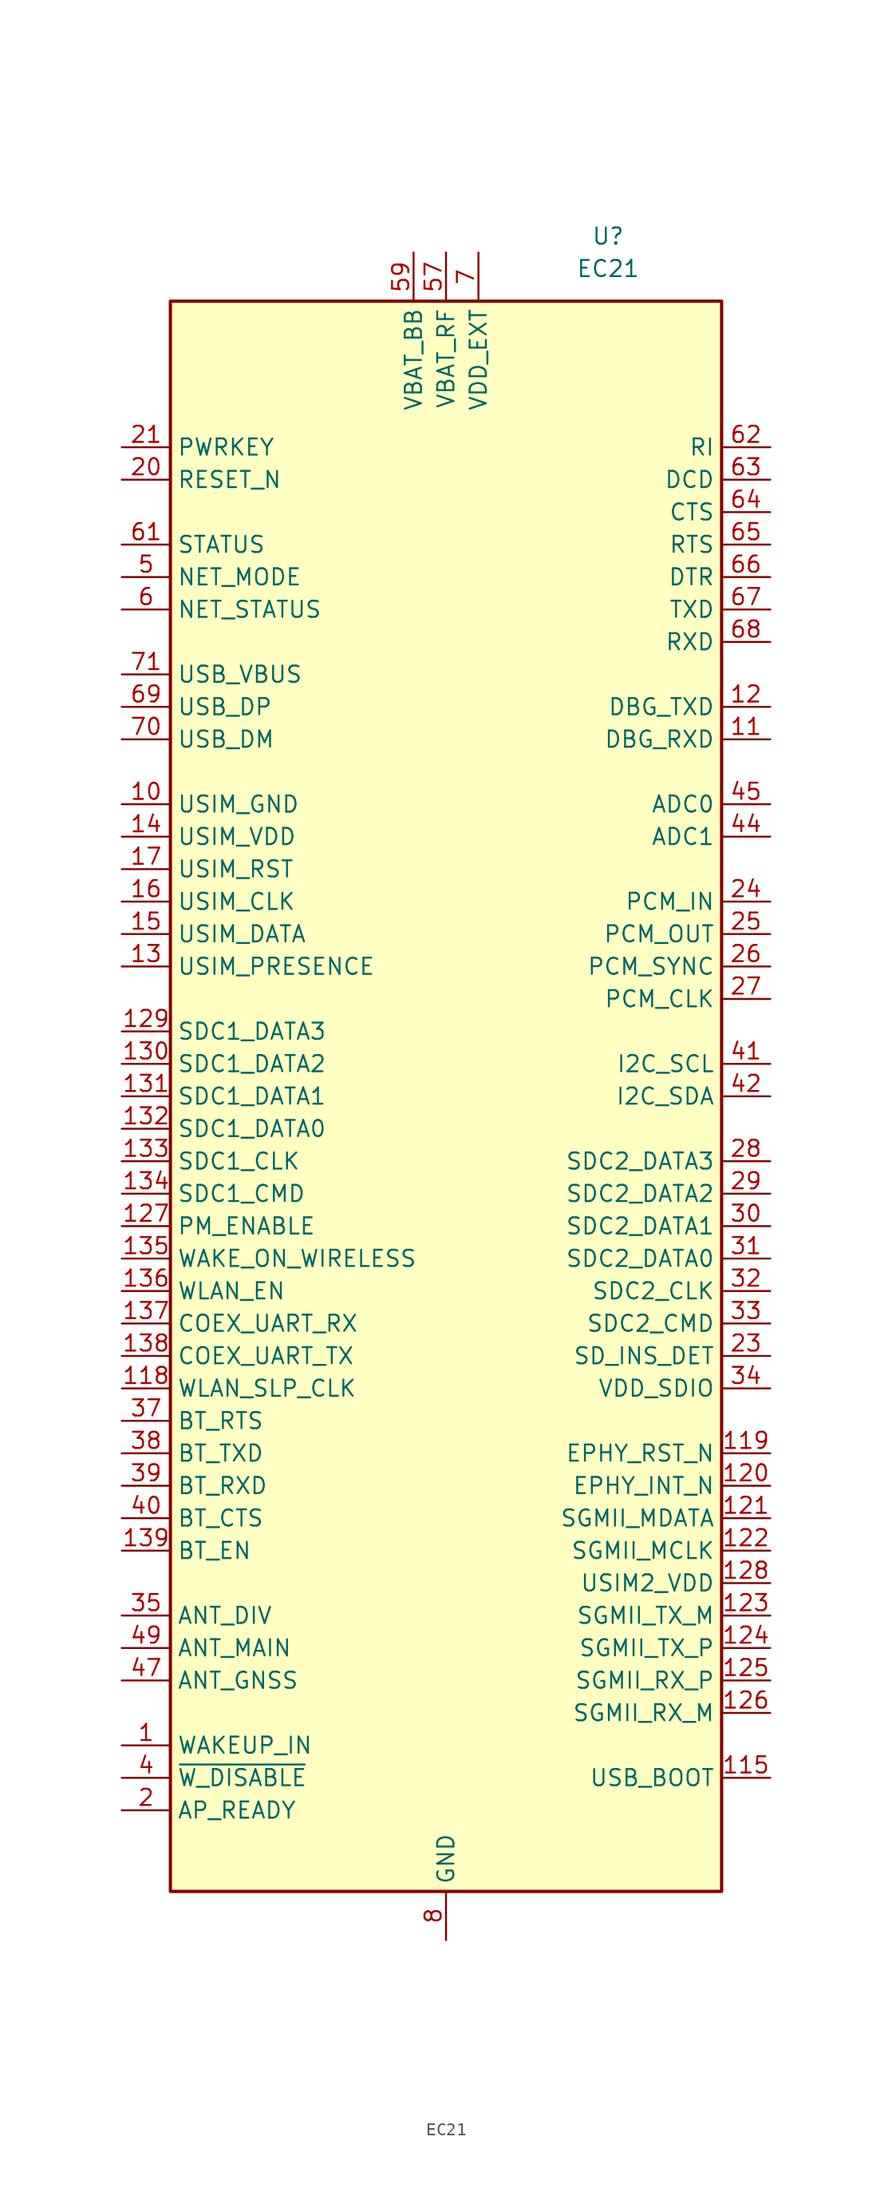
<source format=kicad_sym>
(kicad_symbol_lib
  (version 20220914)
  (generator kicad_symbol_editor)
  (symbol "EC21"
    (property "Reference" "U"
      (at 12.7 67.31 0)
      (effects (font (size 1.27 1.27))))
    (property "Value" "EC21"
      (at 12.7 64.77 0)
      (effects (font (size 1.27 1.27))))
    (symbol "EC21_1_1"
      (rectangle (start -21.59 62.23) (end 21.59 -62.23) (stroke (width 0.254) (type default)) (fill (type background)))
      (pin input line (at -25.4 -50.8 0) (length 3.81) (name "WAKEUP_IN" (effects (font (size 1.27 1.27)))) (number "1" (effects (font (size 1.27 1.27)))))
      (pin power_in line (at -25.4 22.86 0) (length 3.81) (name "USIM_GND" (effects (font (size 1.27 1.27)))) (number "10" (effects (font (size 1.27 1.27)))))
      (pin passive line (at 0 -66.04 90) (length 3.81) hide (name "GND" (effects (font (size 1.27 1.27)))) (number "100" (effects (font (size 1.27 1.27)))))
      (pin passive line (at 0 -66.04 90) (length 3.81) hide (name "GND" (effects (font (size 1.27 1.27)))) (number "101" (effects (font (size 1.27 1.27)))))
      (pin passive line (at 0 -66.04 90) (length 3.81) hide (name "GND" (effects (font (size 1.27 1.27)))) (number "102" (effects (font (size 1.27 1.27)))))
      (pin passive line (at 0 -66.04 90) (length 3.81) hide (name "GND" (effects (font (size 1.27 1.27)))) (number "103" (effects (font (size 1.27 1.27)))))
      (pin passive line (at 0 -66.04 90) (length 3.81) hide (name "GND" (effects (font (size 1.27 1.27)))) (number "104" (effects (font (size 1.27 1.27)))))
      (pin passive line (at 0 -66.04 90) (length 3.81) hide (name "GND" (effects (font (size 1.27 1.27)))) (number "105" (effects (font (size 1.27 1.27)))))
      (pin passive line (at 0 -66.04 90) (length 3.81) hide (name "GND" (effects (font (size 1.27 1.27)))) (number "106" (effects (font (size 1.27 1.27)))))
      (pin passive line (at 0 -66.04 90) (length 3.81) hide (name "GND" (effects (font (size 1.27 1.27)))) (number "107" (effects (font (size 1.27 1.27)))))
      (pin passive line (at 0 -66.04 90) (length 3.81) hide (name "GND" (effects (font (size 1.27 1.27)))) (number "108" (effects (font (size 1.27 1.27)))))
      (pin passive line (at 0 -66.04 90) (length 3.81) hide (name "GND" (effects (font (size 1.27 1.27)))) (number "109" (effects (font (size 1.27 1.27)))))
      (pin input line (at 25.4 27.94 180) (length 3.81) (name "DBG_RXD" (effects (font (size 1.27 1.27)))) (number "11" (effects (font (size 1.27 1.27)))))
      (pin passive line (at 0 -66.04 90) (length 3.81) hide (name "GND" (effects (font (size 1.27 1.27)))) (number "110" (effects (font (size 1.27 1.27)))))
      (pin passive line (at 0 -66.04 90) (length 3.81) hide (name "GND" (effects (font (size 1.27 1.27)))) (number "111" (effects (font (size 1.27 1.27)))))
      (pin passive line (at 0 -66.04 90) (length 3.81) hide (name "GND" (effects (font (size 1.27 1.27)))) (number "112" (effects (font (size 1.27 1.27)))))
      (pin no_connect line (at 21.59 -58.42 180) (length 3.81) hide (name "RESERVED" (effects (font (size 1.27 1.27)))) (number "113" (effects (font (size 1.27 1.27)))))
      (pin no_connect line (at 21.59 -58.42 180) (length 3.81) hide (name "RESERVED" (effects (font (size 1.27 1.27)))) (number "114" (effects (font (size 1.27 1.27)))))
      (pin input line (at 25.4 -53.34 180) (length 3.81) (name "USB_BOOT" (effects (font (size 1.27 1.27)))) (number "115" (effects (font (size 1.27 1.27)))))
      (pin no_connect line (at 21.59 -58.42 180) (length 3.81) hide (name "RESERVED" (effects (font (size 1.27 1.27)))) (number "116" (effects (font (size 1.27 1.27)))))
      (pin no_connect line (at 21.59 -58.42 180) (length 3.81) hide (name "RESERVED" (effects (font (size 1.27 1.27)))) (number "117" (effects (font (size 1.27 1.27)))))
      (pin output line (at -25.4 -22.86 0) (length 3.81) (name "WLAN_SLP_CLK" (effects (font (size 1.27 1.27)))) (number "118" (effects (font (size 1.27 1.27)))))
      (pin output line (at 25.4 -27.94 180) (length 3.81) (name "EPHY_RST_N" (effects (font (size 1.27 1.27)))) (number "119" (effects (font (size 1.27 1.27)))))
      (pin output line (at 25.4 30.48 180) (length 3.81) (name "DBG_TXD" (effects (font (size 1.27 1.27)))) (number "12" (effects (font (size 1.27 1.27)))))
      (pin input line (at 25.4 -30.48 180) (length 3.81) (name "EPHY_INT_N" (effects (font (size 1.27 1.27)))) (number "120" (effects (font (size 1.27 1.27)))))
      (pin bidirectional line (at 25.4 -33.02 180) (length 3.81) (name "SGMII_MDATA" (effects (font (size 1.27 1.27)))) (number "121" (effects (font (size 1.27 1.27)))))
      (pin output line (at 25.4 -35.56 180) (length 3.81) (name "SGMII_MCLK" (effects (font (size 1.27 1.27)))) (number "122" (effects (font (size 1.27 1.27)))))
      (pin output line (at 25.4 -40.64 180) (length 3.81) (name "SGMII_TX_M" (effects (font (size 1.27 1.27)))) (number "123" (effects (font (size 1.27 1.27)))))
      (pin output line (at 25.4 -43.18 180) (length 3.81) (name "SGMII_TX_P" (effects (font (size 1.27 1.27)))) (number "124" (effects (font (size 1.27 1.27)))))
      (pin input line (at 25.4 -45.72 180) (length 3.81) (name "SGMII_RX_P" (effects (font (size 1.27 1.27)))) (number "125" (effects (font (size 1.27 1.27)))))
      (pin input line (at 25.4 -48.26 180) (length 3.81) (name "SGMII_RX_M" (effects (font (size 1.27 1.27)))) (number "126" (effects (font (size 1.27 1.27)))))
      (pin output line (at -25.4 -10.16 0) (length 3.81) (name "PM_ENABLE" (effects (font (size 1.27 1.27)))) (number "127" (effects (font (size 1.27 1.27)))))
      (pin power_out line (at 25.4 -38.1 180) (length 3.81) (name "USIM2_VDD" (effects (font (size 1.27 1.27)))) (number "128" (effects (font (size 1.27 1.27)))))
      (pin bidirectional line (at -25.4 5.08 0) (length 3.81) (name "SDC1_DATA3" (effects (font (size 1.27 1.27)))) (number "129" (effects (font (size 1.27 1.27)))))
      (pin input line (at -25.4 10.16 0) (length 3.81) (name "USIM_PRESENCE" (effects (font (size 1.27 1.27)))) (number "13" (effects (font (size 1.27 1.27)))))
      (pin bidirectional line (at -25.4 2.54 0) (length 3.81) (name "SDC1_DATA2" (effects (font (size 1.27 1.27)))) (number "130" (effects (font (size 1.27 1.27)))))
      (pin bidirectional line (at -25.4 0 0) (length 3.81) (name "SDC1_DATA1" (effects (font (size 1.27 1.27)))) (number "131" (effects (font (size 1.27 1.27)))))
      (pin bidirectional line (at -25.4 -2.54 0) (length 3.81) (name "SDC1_DATA0" (effects (font (size 1.27 1.27)))) (number "132" (effects (font (size 1.27 1.27)))))
      (pin output line (at -25.4 -5.08 0) (length 3.81) (name "SDC1_CLK" (effects (font (size 1.27 1.27)))) (number "133" (effects (font (size 1.27 1.27)))))
      (pin output line (at -25.4 -7.62 0) (length 3.81) (name "SDC1_CMD" (effects (font (size 1.27 1.27)))) (number "134" (effects (font (size 1.27 1.27)))))
      (pin input line (at -25.4 -12.7 0) (length 3.81) (name "WAKE_ON_WIRELESS" (effects (font (size 1.27 1.27)))) (number "135" (effects (font (size 1.27 1.27)))))
      (pin output line (at -25.4 -15.24 0) (length 3.81) (name "WLAN_EN" (effects (font (size 1.27 1.27)))) (number "136" (effects (font (size 1.27 1.27)))))
      (pin input line (at -25.4 -17.78 0) (length 3.81) (name "COEX_UART_RX" (effects (font (size 1.27 1.27)))) (number "137" (effects (font (size 1.27 1.27)))))
      (pin output line (at -25.4 -20.32 0) (length 3.81) (name "COEX_UART_TX" (effects (font (size 1.27 1.27)))) (number "138" (effects (font (size 1.27 1.27)))))
      (pin output line (at -25.4 -35.56 0) (length 3.81) (name "BT_EN" (effects (font (size 1.27 1.27)))) (number "139" (effects (font (size 1.27 1.27)))))
      (pin power_out line (at -25.4 20.32 0) (length 3.81) (name "USIM_VDD" (effects (font (size 1.27 1.27)))) (number "14" (effects (font (size 1.27 1.27)))))
      (pin no_connect line (at 21.59 -58.42 180) (length 3.81) hide (name "RESERVED" (effects (font (size 1.27 1.27)))) (number "140" (effects (font (size 1.27 1.27)))))
      (pin no_connect line (at 21.59 -58.42 180) (length 3.81) hide (name "RESERVED" (effects (font (size 1.27 1.27)))) (number "141" (effects (font (size 1.27 1.27)))))
      (pin no_connect line (at 21.59 -58.42 180) (length 3.81) hide (name "RESERVED" (effects (font (size 1.27 1.27)))) (number "142" (effects (font (size 1.27 1.27)))))
      (pin no_connect line (at 21.59 -58.42 180) (length 3.81) hide (name "RESERVED" (effects (font (size 1.27 1.27)))) (number "143" (effects (font (size 1.27 1.27)))))
      (pin no_connect line (at 21.59 -58.42 180) (length 3.81) hide (name "RESERVED" (effects (font (size 1.27 1.27)))) (number "144" (effects (font (size 1.27 1.27)))))
      (pin bidirectional line (at -25.4 12.7 0) (length 3.81) (name "USIM_DATA" (effects (font (size 1.27 1.27)))) (number "15" (effects (font (size 1.27 1.27)))))
      (pin output line (at -25.4 15.24 0) (length 3.81) (name "USIM_CLK" (effects (font (size 1.27 1.27)))) (number "16" (effects (font (size 1.27 1.27)))))
      (pin output line (at -25.4 17.78 0) (length 3.81) (name "USIM_RST" (effects (font (size 1.27 1.27)))) (number "17" (effects (font (size 1.27 1.27)))))
      (pin no_connect line (at 21.59 -58.42 180) (length 3.81) hide (name "RESERVED" (effects (font (size 1.27 1.27)))) (number "18" (effects (font (size 1.27 1.27)))))
      (pin passive line (at 0 -66.04 90) (length 3.81) hide (name "GND" (effects (font (size 1.27 1.27)))) (number "19" (effects (font (size 1.27 1.27)))))
      (pin input line (at -25.4 -55.88 0) (length 3.81) (name "AP_READY" (effects (font (size 1.27 1.27)))) (number "2" (effects (font (size 1.27 1.27)))))
      (pin input line (at -25.4 48.26 0) (length 3.81) (name "RESET_N" (effects (font (size 1.27 1.27)))) (number "20" (effects (font (size 1.27 1.27)))))
      (pin input line (at -25.4 50.8 0) (length 3.81) (name "PWRKEY" (effects (font (size 1.27 1.27)))) (number "21" (effects (font (size 1.27 1.27)))))
      (pin passive line (at 0 -66.04 90) (length 3.81) hide (name "GND" (effects (font (size 1.27 1.27)))) (number "22" (effects (font (size 1.27 1.27)))))
      (pin input line (at 25.4 -20.32 180) (length 3.81) (name "SD_INS_DET" (effects (font (size 1.27 1.27)))) (number "23" (effects (font (size 1.27 1.27)))))
      (pin input line (at 25.4 15.24 180) (length 3.81) (name "PCM_IN" (effects (font (size 1.27 1.27)))) (number "24" (effects (font (size 1.27 1.27)))))
      (pin output line (at 25.4 12.7 180) (length 3.81) (name "PCM_OUT" (effects (font (size 1.27 1.27)))) (number "25" (effects (font (size 1.27 1.27)))))
      (pin bidirectional line (at 25.4 10.16 180) (length 3.81) (name "PCM_SYNC" (effects (font (size 1.27 1.27)))) (number "26" (effects (font (size 1.27 1.27)))))
      (pin bidirectional line (at 25.4 7.62 180) (length 3.81) (name "PCM_CLK" (effects (font (size 1.27 1.27)))) (number "27" (effects (font (size 1.27 1.27)))))
      (pin bidirectional line (at 25.4 -5.08 180) (length 3.81) (name "SDC2_DATA3" (effects (font (size 1.27 1.27)))) (number "28" (effects (font (size 1.27 1.27)))))
      (pin bidirectional line (at 25.4 -7.62 180) (length 3.81) (name "SDC2_DATA2" (effects (font (size 1.27 1.27)))) (number "29" (effects (font (size 1.27 1.27)))))
      (pin no_connect line (at 21.59 -58.42 180) (length 3.81) hide (name "RESERVED" (effects (font (size 1.27 1.27)))) (number "3" (effects (font (size 1.27 1.27)))))
      (pin bidirectional line (at 25.4 -10.16 180) (length 3.81) (name "SDC2_DATA1" (effects (font (size 1.27 1.27)))) (number "30" (effects (font (size 1.27 1.27)))))
      (pin bidirectional line (at 25.4 -12.7 180) (length 3.81) (name "SDC2_DATA0" (effects (font (size 1.27 1.27)))) (number "31" (effects (font (size 1.27 1.27)))))
      (pin output line (at 25.4 -15.24 180) (length 3.81) (name "SDC2_CLK" (effects (font (size 1.27 1.27)))) (number "32" (effects (font (size 1.27 1.27)))))
      (pin bidirectional line (at 25.4 -17.78 180) (length 3.81) (name "SDC2_CMD" (effects (font (size 1.27 1.27)))) (number "33" (effects (font (size 1.27 1.27)))))
      (pin power_out line (at 25.4 -22.86 180) (length 3.81) (name "VDD_SDIO" (effects (font (size 1.27 1.27)))) (number "34" (effects (font (size 1.27 1.27)))))
      (pin input line (at -25.4 -40.64 0) (length 3.81) (name "ANT_DIV" (effects (font (size 1.27 1.27)))) (number "35" (effects (font (size 1.27 1.27)))))
      (pin passive line (at 0 -66.04 90) (length 3.81) hide (name "GND" (effects (font (size 1.27 1.27)))) (number "36" (effects (font (size 1.27 1.27)))))
      (pin input line (at -25.4 -25.4 0) (length 3.81) (name "BT_RTS" (effects (font (size 1.27 1.27)))) (number "37" (effects (font (size 1.27 1.27)))))
      (pin output line (at -25.4 -27.94 0) (length 3.81) (name "BT_TXD" (effects (font (size 1.27 1.27)))) (number "38" (effects (font (size 1.27 1.27)))))
      (pin input line (at -25.4 -30.48 0) (length 3.81) (name "BT_RXD" (effects (font (size 1.27 1.27)))) (number "39" (effects (font (size 1.27 1.27)))))
      (pin input line (at -25.4 -53.34 0) (length 3.81) (name "~{W_DISABLE}" (effects (font (size 1.27 1.27)))) (number "4" (effects (font (size 1.27 1.27)))))
      (pin output line (at -25.4 -33.02 0) (length 3.81) (name "BT_CTS" (effects (font (size 1.27 1.27)))) (number "40" (effects (font (size 1.27 1.27)))))
      (pin open_collector line (at 25.4 2.54 180) (length 3.81) (name "I2C_SCL" (effects (font (size 1.27 1.27)))) (number "41" (effects (font (size 1.27 1.27)))))
      (pin open_collector line (at 25.4 0 180) (length 3.81) (name "I2C_SDA" (effects (font (size 1.27 1.27)))) (number "42" (effects (font (size 1.27 1.27)))))
      (pin no_connect line (at 21.59 -58.42 180) (length 3.81) hide (name "RESERVED" (effects (font (size 1.27 1.27)))) (number "43" (effects (font (size 1.27 1.27)))))
      (pin input line (at 25.4 20.32 180) (length 3.81) (name "ADC1" (effects (font (size 1.27 1.27)))) (number "44" (effects (font (size 1.27 1.27)))))
      (pin input line (at 25.4 22.86 180) (length 3.81) (name "ADC0" (effects (font (size 1.27 1.27)))) (number "45" (effects (font (size 1.27 1.27)))))
      (pin passive line (at 0 -66.04 90) (length 3.81) hide (name "GND" (effects (font (size 1.27 1.27)))) (number "46" (effects (font (size 1.27 1.27)))))
      (pin input line (at -25.4 -45.72 0) (length 3.81) (name "ANT_GNSS" (effects (font (size 1.27 1.27)))) (number "47" (effects (font (size 1.27 1.27)))))
      (pin passive line (at 0 -66.04 90) (length 3.81) hide (name "GND" (effects (font (size 1.27 1.27)))) (number "48" (effects (font (size 1.27 1.27)))))
      (pin bidirectional line (at -25.4 -43.18 0) (length 3.81) (name "ANT_MAIN" (effects (font (size 1.27 1.27)))) (number "49" (effects (font (size 1.27 1.27)))))
      (pin output line (at -25.4 40.64 0) (length 3.81) (name "NET_MODE" (effects (font (size 1.27 1.27)))) (number "5" (effects (font (size 1.27 1.27)))))
      (pin passive line (at 0 -66.04 90) (length 3.81) hide (name "GND" (effects (font (size 1.27 1.27)))) (number "50" (effects (font (size 1.27 1.27)))))
      (pin passive line (at 0 -66.04 90) (length 3.81) hide (name "GND" (effects (font (size 1.27 1.27)))) (number "51" (effects (font (size 1.27 1.27)))))
      (pin passive line (at 0 -66.04 90) (length 3.81) hide (name "GND" (effects (font (size 1.27 1.27)))) (number "52" (effects (font (size 1.27 1.27)))))
      (pin passive line (at 0 -66.04 90) (length 3.81) hide (name "GND" (effects (font (size 1.27 1.27)))) (number "53" (effects (font (size 1.27 1.27)))))
      (pin passive line (at 0 -66.04 90) (length 3.81) hide (name "GND" (effects (font (size 1.27 1.27)))) (number "54" (effects (font (size 1.27 1.27)))))
      (pin no_connect line (at 21.59 -58.42 180) (length 3.81) hide (name "RESERVED" (effects (font (size 1.27 1.27)))) (number "55" (effects (font (size 1.27 1.27)))))
      (pin passive line (at 0 -66.04 90) (length 3.81) hide (name "GND" (effects (font (size 1.27 1.27)))) (number "56" (effects (font (size 1.27 1.27)))))
      (pin power_in line (at 0 66.04 270) (length 3.81) (name "VBAT_RF" (effects (font (size 1.27 1.27)))) (number "57" (effects (font (size 1.27 1.27)))))
      (pin passive line (at 0 66.04 270) (length 3.81) hide (name "VBAT_RF" (effects (font (size 1.27 1.27)))) (number "58" (effects (font (size 1.27 1.27)))))
      (pin power_in line (at -2.54 66.04 270) (length 3.81) (name "VBAT_BB" (effects (font (size 1.27 1.27)))) (number "59" (effects (font (size 1.27 1.27)))))
      (pin output line (at -25.4 38.1 0) (length 3.81) (name "NET_STATUS" (effects (font (size 1.27 1.27)))) (number "6" (effects (font (size 1.27 1.27)))))
      (pin passive line (at -2.54 66.04 270) (length 3.81) hide (name "VBAT_BB" (effects (font (size 1.27 1.27)))) (number "60" (effects (font (size 1.27 1.27)))))
      (pin open_collector line (at -25.4 43.18 0) (length 3.81) (name "STATUS" (effects (font (size 1.27 1.27)))) (number "61" (effects (font (size 1.27 1.27)))))
      (pin output line (at 25.4 50.8 180) (length 3.81) (name "RI" (effects (font (size 1.27 1.27)))) (number "62" (effects (font (size 1.27 1.27)))))
      (pin output line (at 25.4 48.26 180) (length 3.81) (name "DCD" (effects (font (size 1.27 1.27)))) (number "63" (effects (font (size 1.27 1.27)))))
      (pin output line (at 25.4 45.72 180) (length 3.81) (name "CTS" (effects (font (size 1.27 1.27)))) (number "64" (effects (font (size 1.27 1.27)))))
      (pin input line (at 25.4 43.18 180) (length 3.81) (name "RTS" (effects (font (size 1.27 1.27)))) (number "65" (effects (font (size 1.27 1.27)))))
      (pin input line (at 25.4 40.64 180) (length 3.81) (name "DTR" (effects (font (size 1.27 1.27)))) (number "66" (effects (font (size 1.27 1.27)))))
      (pin output line (at 25.4 38.1 180) (length 3.81) (name "TXD" (effects (font (size 1.27 1.27)))) (number "67" (effects (font (size 1.27 1.27)))))
      (pin input line (at 25.4 35.56 180) (length 3.81) (name "RXD" (effects (font (size 1.27 1.27)))) (number "68" (effects (font (size 1.27 1.27)))))
      (pin bidirectional line (at -25.4 30.48 0) (length 3.81) (name "USB_DP" (effects (font (size 1.27 1.27)))) (number "69" (effects (font (size 1.27 1.27)))))
      (pin power_out line (at 2.54 66.04 270) (length 3.81) (name "VDD_EXT" (effects (font (size 1.27 1.27)))) (number "7" (effects (font (size 1.27 1.27)))))
      (pin bidirectional line (at -25.4 27.94 0) (length 3.81) (name "USB_DM" (effects (font (size 1.27 1.27)))) (number "70" (effects (font (size 1.27 1.27)))))
      (pin power_in line (at -25.4 33.02 0) (length 3.81) (name "USB_VBUS" (effects (font (size 1.27 1.27)))) (number "71" (effects (font (size 1.27 1.27)))))
      (pin passive line (at 0 -66.04 90) (length 3.81) hide (name "GND" (effects (font (size 1.27 1.27)))) (number "72" (effects (font (size 1.27 1.27)))))
      (pin no_connect line (at 21.59 -58.42 180) (length 3.81) hide (name "RESERVED" (effects (font (size 1.27 1.27)))) (number "73" (effects (font (size 1.27 1.27)))))
      (pin no_connect line (at 21.59 -58.42 180) (length 3.81) hide (name "RESERVED" (effects (font (size 1.27 1.27)))) (number "74" (effects (font (size 1.27 1.27)))))
      (pin no_connect line (at 21.59 -58.42 180) (length 3.81) hide (name "RESERVED" (effects (font (size 1.27 1.27)))) (number "75" (effects (font (size 1.27 1.27)))))
      (pin no_connect line (at 21.59 -58.42 180) (length 3.81) hide (name "RESERVED" (effects (font (size 1.27 1.27)))) (number "76" (effects (font (size 1.27 1.27)))))
      (pin no_connect line (at 21.59 -58.42 180) (length 3.81) hide (name "RESERVED" (effects (font (size 1.27 1.27)))) (number "77" (effects (font (size 1.27 1.27)))))
      (pin no_connect line (at 21.59 -58.42 180) (length 3.81) hide (name "RESERVED" (effects (font (size 1.27 1.27)))) (number "78" (effects (font (size 1.27 1.27)))))
      (pin no_connect line (at 21.59 -58.42 180) (length 3.81) hide (name "RESERVED" (effects (font (size 1.27 1.27)))) (number "79" (effects (font (size 1.27 1.27)))))
      (pin power_in line (at 0 -66.04 90) (length 3.81) (name "GND" (effects (font (size 1.27 1.27)))) (number "8" (effects (font (size 1.27 1.27)))))
      (pin no_connect line (at 21.59 -58.42 180) (length 3.81) hide (name "RESERVED" (effects (font (size 1.27 1.27)))) (number "80" (effects (font (size 1.27 1.27)))))
      (pin no_connect line (at 21.59 -58.42 180) (length 3.81) hide (name "RESERVED" (effects (font (size 1.27 1.27)))) (number "81" (effects (font (size 1.27 1.27)))))
      (pin no_connect line (at 21.59 -58.42 180) (length 3.81) hide (name "RESERVED" (effects (font (size 1.27 1.27)))) (number "82" (effects (font (size 1.27 1.27)))))
      (pin no_connect line (at 21.59 -58.42 180) (length 3.81) hide (name "RESERVED" (effects (font (size 1.27 1.27)))) (number "83" (effects (font (size 1.27 1.27)))))
      (pin no_connect line (at 21.59 -58.42 180) (length 3.81) hide (name "RESERVED" (effects (font (size 1.27 1.27)))) (number "84" (effects (font (size 1.27 1.27)))))
      (pin passive line (at 0 -66.04 90) (length 3.81) hide (name "GND" (effects (font (size 1.27 1.27)))) (number "85" (effects (font (size 1.27 1.27)))))
      (pin passive line (at 0 -66.04 90) (length 3.81) hide (name "GND" (effects (font (size 1.27 1.27)))) (number "86" (effects (font (size 1.27 1.27)))))
      (pin passive line (at 0 -66.04 90) (length 3.81) hide (name "GND" (effects (font (size 1.27 1.27)))) (number "87" (effects (font (size 1.27 1.27)))))
      (pin passive line (at 0 -66.04 90) (length 3.81) hide (name "GND" (effects (font (size 1.27 1.27)))) (number "88" (effects (font (size 1.27 1.27)))))
      (pin passive line (at 0 -66.04 90) (length 3.81) hide (name "GND" (effects (font (size 1.27 1.27)))) (number "89" (effects (font (size 1.27 1.27)))))
      (pin passive line (at 0 -66.04 90) (length 3.81) hide (name "GND" (effects (font (size 1.27 1.27)))) (number "9" (effects (font (size 1.27 1.27)))))
      (pin passive line (at 0 -66.04 90) (length 3.81) hide (name "GND" (effects (font (size 1.27 1.27)))) (number "90" (effects (font (size 1.27 1.27)))))
      (pin passive line (at 0 -66.04 90) (length 3.81) hide (name "GND" (effects (font (size 1.27 1.27)))) (number "91" (effects (font (size 1.27 1.27)))))
      (pin passive line (at 0 -66.04 90) (length 3.81) hide (name "GND" (effects (font (size 1.27 1.27)))) (number "92" (effects (font (size 1.27 1.27)))))
      (pin passive line (at 0 -66.04 90) (length 3.81) hide (name "GND" (effects (font (size 1.27 1.27)))) (number "93" (effects (font (size 1.27 1.27)))))
      (pin passive line (at 0 -66.04 90) (length 3.81) hide (name "GND" (effects (font (size 1.27 1.27)))) (number "94" (effects (font (size 1.27 1.27)))))
      (pin passive line (at 0 -66.04 90) (length 3.81) hide (name "GND" (effects (font (size 1.27 1.27)))) (number "95" (effects (font (size 1.27 1.27)))))
      (pin passive line (at 0 -66.04 90) (length 3.81) hide (name "GND" (effects (font (size 1.27 1.27)))) (number "96" (effects (font (size 1.27 1.27)))))
      (pin passive line (at 0 -66.04 90) (length 3.81) hide (name "GND" (effects (font (size 1.27 1.27)))) (number "97" (effects (font (size 1.27 1.27)))))
      (pin passive line (at 0 -66.04 90) (length 3.81) hide (name "GND" (effects (font (size 1.27 1.27)))) (number "98" (effects (font (size 1.27 1.27)))))
      (pin passive line (at 0 -66.04 90) (length 3.81) hide (name "GND" (effects (font (size 1.27 1.27)))) (number "99" (effects (font (size 1.27 1.27))))))))
</source>
